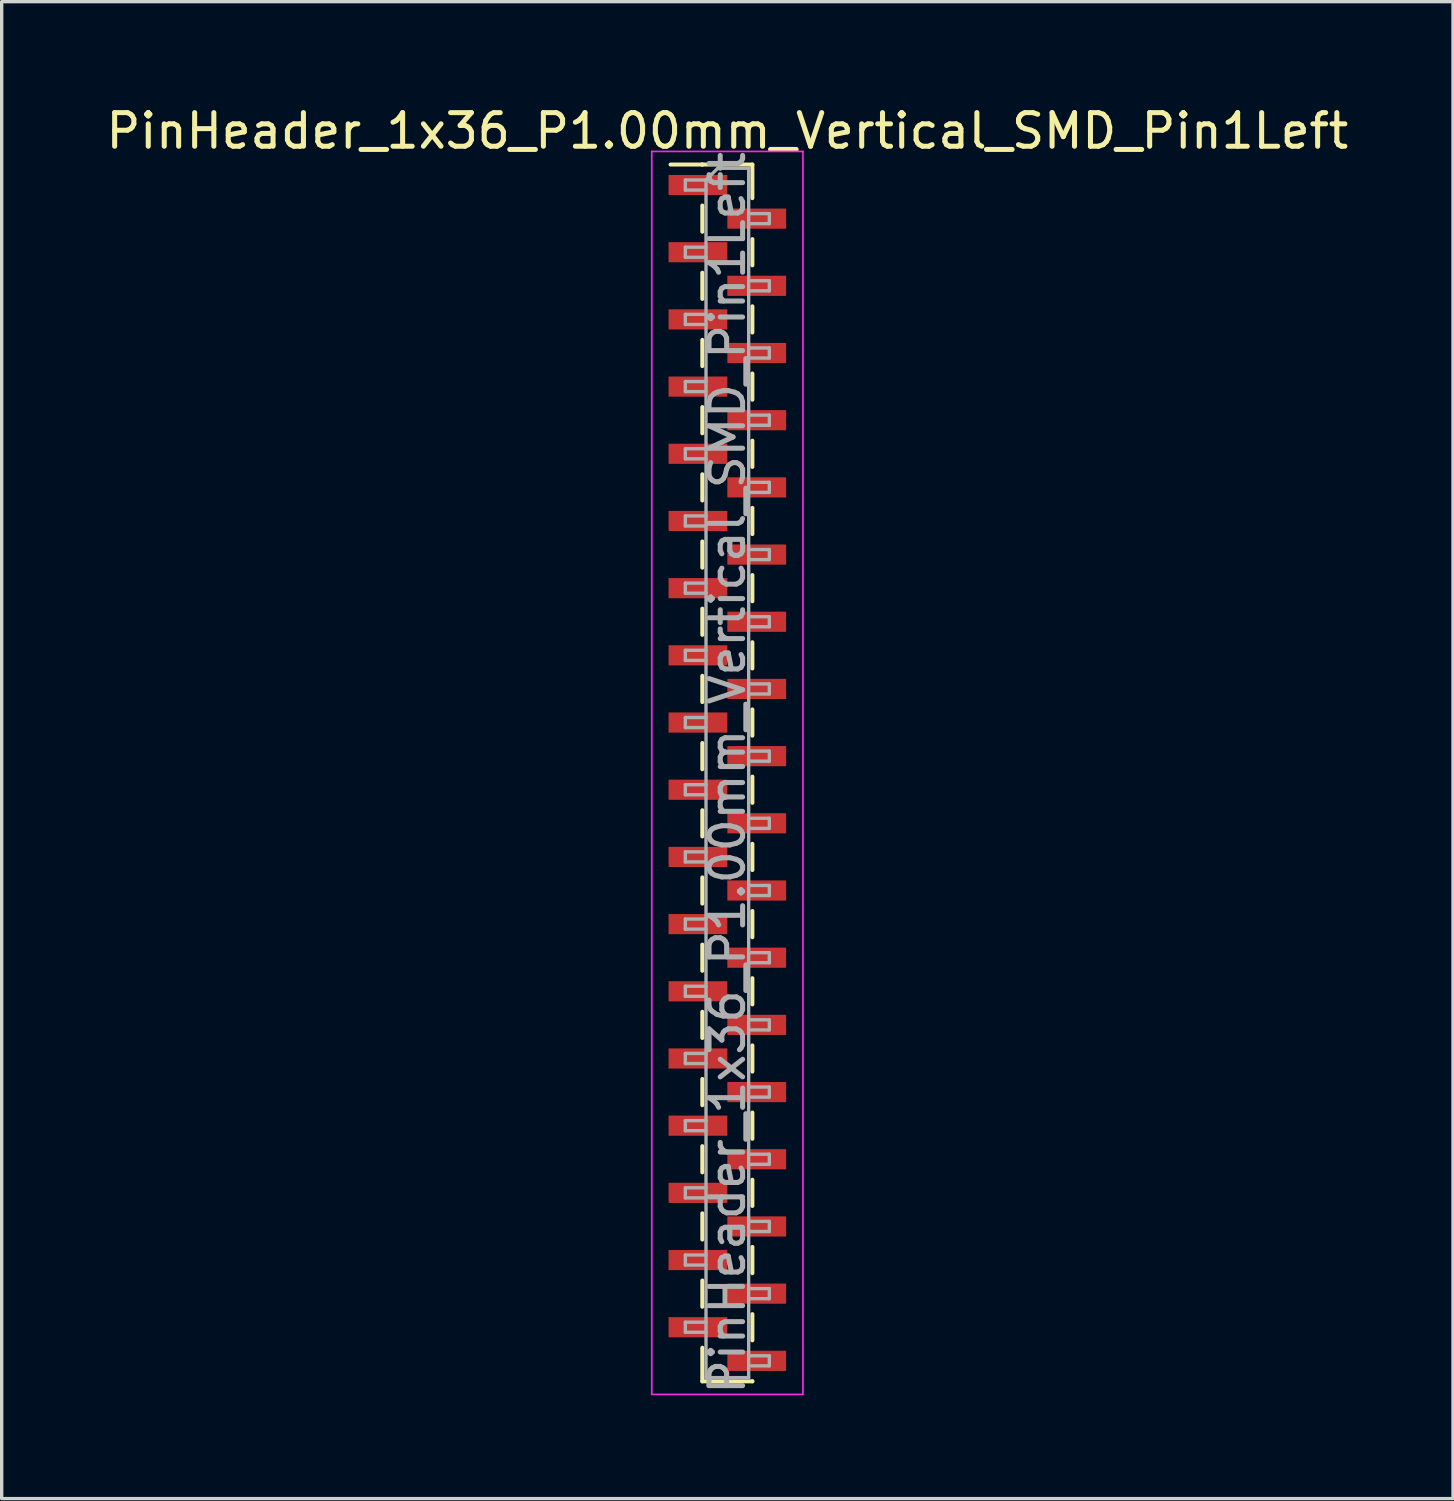
<source format=kicad_pcb>
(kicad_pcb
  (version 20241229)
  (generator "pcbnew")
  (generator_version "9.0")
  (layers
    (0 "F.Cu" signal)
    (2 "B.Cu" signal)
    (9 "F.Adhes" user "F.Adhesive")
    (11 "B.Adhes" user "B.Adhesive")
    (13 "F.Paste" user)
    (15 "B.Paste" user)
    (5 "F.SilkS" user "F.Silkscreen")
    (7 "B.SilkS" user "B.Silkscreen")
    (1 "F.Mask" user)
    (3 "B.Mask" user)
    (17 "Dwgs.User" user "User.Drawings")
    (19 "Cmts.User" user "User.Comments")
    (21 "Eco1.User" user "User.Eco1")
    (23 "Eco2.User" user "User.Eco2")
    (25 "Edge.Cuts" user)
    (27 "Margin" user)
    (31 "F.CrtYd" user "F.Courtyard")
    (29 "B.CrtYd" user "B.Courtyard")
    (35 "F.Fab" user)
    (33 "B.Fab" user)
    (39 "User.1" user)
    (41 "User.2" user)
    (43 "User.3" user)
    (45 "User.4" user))
  (footprint "PinHeader_1x36_P1.00mm_Vertical_SMD_Pin1Left"
    (layer "F.Cu")
    (at 18.601 19.958)
    (property "Reference" "PinHeader_1x36_P1.00mm_Vertical_SMD_Pin1Left" (at 0 -19.11 0) (layer "F.SilkS") (effects (font (size 1 1) (thickness 0.15))))
    (attr smd)
    (fp_line (start -0.745 -18.11) (end -1.69 -18.11) (stroke (width 0.12) (type solid)) (layer "F.SilkS"))
    (fp_line (start -0.745 -18.11) (end -0.745 -18.11) (stroke (width 0.12) (type solid)) (layer "F.SilkS"))
    (fp_line (start -0.745 -18.11) (end 0.745 -18.11) (stroke (width 0.12) (type solid)) (layer "F.SilkS"))
    (fp_line (start -0.745 -16.89) (end -0.745 -16.11) (stroke (width 0.12) (type solid)) (layer "F.SilkS"))
    (fp_line (start -0.745 -14.89) (end -0.745 -14.11) (stroke (width 0.12) (type solid)) (layer "F.SilkS"))
    (fp_line (start -0.745 -12.89) (end -0.745 -12.11) (stroke (width 0.12) (type solid)) (layer "F.SilkS"))
    (fp_line (start -0.745 -10.89) (end -0.745 -10.11) (stroke (width 0.12) (type solid)) (layer "F.SilkS"))
    (fp_line (start -0.745 -8.89) (end -0.745 -8.11) (stroke (width 0.12) (type solid)) (layer "F.SilkS"))
    (fp_line (start -0.745 -6.89) (end -0.745 -6.11) (stroke (width 0.12) (type solid)) (layer "F.SilkS"))
    (fp_line (start -0.745 -4.89) (end -0.745 -4.11) (stroke (width 0.12) (type solid)) (layer "F.SilkS"))
    (fp_line (start -0.745 -2.89) (end -0.745 -2.11) (stroke (width 0.12) (type solid)) (layer "F.SilkS"))
    (fp_line (start -0.745 -0.89) (end -0.745 -0.11) (stroke (width 0.12) (type solid)) (layer "F.SilkS"))
    (fp_line (start -0.745 1.11) (end -0.745 1.89) (stroke (width 0.12) (type solid)) (layer "F.SilkS"))
    (fp_line (start -0.745 3.11) (end -0.745 3.89) (stroke (width 0.12) (type solid)) (layer "F.SilkS"))
    (fp_line (start -0.745 5.11) (end -0.745 5.89) (stroke (width 0.12) (type solid)) (layer "F.SilkS"))
    (fp_line (start -0.745 7.11) (end -0.745 7.89) (stroke (width 0.12) (type solid)) (layer "F.SilkS"))
    (fp_line (start -0.745 9.11) (end -0.745 9.89) (stroke (width 0.12) (type solid)) (layer "F.SilkS"))
    (fp_line (start -0.745 11.11) (end -0.745 11.89) (stroke (width 0.12) (type solid)) (layer "F.SilkS"))
    (fp_line (start -0.745 13.11) (end -0.745 13.89) (stroke (width 0.12) (type solid)) (layer "F.SilkS"))
    (fp_line (start -0.745 15.11) (end -0.745 15.89) (stroke (width 0.12) (type solid)) (layer "F.SilkS"))
    (fp_line (start -0.745 17.11) (end -0.745 18.11) (stroke (width 0.12) (type solid)) (layer "F.SilkS"))
    (fp_line (start -0.745 18.11) (end 0.745 18.11) (stroke (width 0.12) (type solid)) (layer "F.SilkS"))
    (fp_line (start 0.745 -18.11) (end 0.745 -17.11) (stroke (width 0.12) (type solid)) (layer "F.SilkS"))
    (fp_line (start 0.745 -15.89) (end 0.745 -15.11) (stroke (width 0.12) (type solid)) (layer "F.SilkS"))
    (fp_line (start 0.745 -13.89) (end 0.745 -13.11) (stroke (width 0.12) (type solid)) (layer "F.SilkS"))
    (fp_line (start 0.745 -11.89) (end 0.745 -11.11) (stroke (width 0.12) (type solid)) (layer "F.SilkS"))
    (fp_line (start 0.745 -9.89) (end 0.745 -9.11) (stroke (width 0.12) (type solid)) (layer "F.SilkS"))
    (fp_line (start 0.745 -7.89) (end 0.745 -7.11) (stroke (width 0.12) (type solid)) (layer "F.SilkS"))
    (fp_line (start 0.745 -5.89) (end 0.745 -5.11) (stroke (width 0.12) (type solid)) (layer "F.SilkS"))
    (fp_line (start 0.745 -3.89) (end 0.745 -3.11) (stroke (width 0.12) (type solid)) (layer "F.SilkS"))
    (fp_line (start 0.745 -1.89) (end 0.745 -1.11) (stroke (width 0.12) (type solid)) (layer "F.SilkS"))
    (fp_line (start 0.745 0.11) (end 0.745 0.89) (stroke (width 0.12) (type solid)) (layer "F.SilkS"))
    (fp_line (start 0.745 2.11) (end 0.745 2.89) (stroke (width 0.12) (type solid)) (layer "F.SilkS"))
    (fp_line (start 0.745 4.11) (end 0.745 4.89) (stroke (width 0.12) (type solid)) (layer "F.SilkS"))
    (fp_line (start 0.745 6.11) (end 0.745 6.89) (stroke (width 0.12) (type solid)) (layer "F.SilkS"))
    (fp_line (start 0.745 8.11) (end 0.745 8.89) (stroke (width 0.12) (type solid)) (layer "F.SilkS"))
    (fp_line (start 0.745 10.11) (end 0.745 10.89) (stroke (width 0.12) (type solid)) (layer "F.SilkS"))
    (fp_line (start 0.745 12.11) (end 0.745 12.89) (stroke (width 0.12) (type solid)) (layer "F.SilkS"))
    (fp_line (start 0.745 14.11) (end 0.745 14.89) (stroke (width 0.12) (type solid)) (layer "F.SilkS"))
    (fp_line (start 0.745 16.11) (end 0.745 16.89) (stroke (width 0.12) (type solid)) (layer "F.SilkS"))
    (fp_line (start 0.745 18.11) (end 0.745 18.11) (stroke (width 0.12) (type solid)) (layer "F.SilkS"))
    (fp_line (start -2.25 -18.5) (end -2.25 18.5) (stroke (width 0.05) (type solid)) (layer "F.CrtYd"))
    (fp_line (start -2.25 18.5) (end 2.25 18.5) (stroke (width 0.05) (type solid)) (layer "F.CrtYd"))
    (fp_line (start 2.25 -18.5) (end -2.25 -18.5) (stroke (width 0.05) (type solid)) (layer "F.CrtYd"))
    (fp_line (start 2.25 18.5) (end 2.25 -18.5) (stroke (width 0.05) (type solid)) (layer "F.CrtYd"))
    (fp_line (start -1.25 -17.65) (end -1.25 -17.35) (stroke (width 0.1) (type solid)) (layer "F.Fab"))
    (fp_line (start -1.25 -17.35) (end -0.635 -17.35) (stroke (width 0.1) (type solid)) (layer "F.Fab"))
    (fp_line (start -1.25 -15.65) (end -1.25 -15.35) (stroke (width 0.1) (type solid)) (layer "F.Fab"))
    (fp_line (start -1.25 -15.35) (end -0.635 -15.35) (stroke (width 0.1) (type solid)) (layer "F.Fab"))
    (fp_line (start -1.25 -13.65) (end -1.25 -13.35) (stroke (width 0.1) (type solid)) (layer "F.Fab"))
    (fp_line (start -1.25 -13.35) (end -0.635 -13.35) (stroke (width 0.1) (type solid)) (layer "F.Fab"))
    (fp_line (start -1.25 -11.65) (end -1.25 -11.35) (stroke (width 0.1) (type solid)) (layer "F.Fab"))
    (fp_line (start -1.25 -11.35) (end -0.635 -11.35) (stroke (width 0.1) (type solid)) (layer "F.Fab"))
    (fp_line (start -1.25 -9.65) (end -1.25 -9.35) (stroke (width 0.1) (type solid)) (layer "F.Fab"))
    (fp_line (start -1.25 -9.35) (end -0.635 -9.35) (stroke (width 0.1) (type solid)) (layer "F.Fab"))
    (fp_line (start -1.25 -7.65) (end -1.25 -7.35) (stroke (width 0.1) (type solid)) (layer "F.Fab"))
    (fp_line (start -1.25 -7.35) (end -0.635 -7.35) (stroke (width 0.1) (type solid)) (layer "F.Fab"))
    (fp_line (start -1.25 -5.65) (end -1.25 -5.35) (stroke (width 0.1) (type solid)) (layer "F.Fab"))
    (fp_line (start -1.25 -5.35) (end -0.635 -5.35) (stroke (width 0.1) (type solid)) (layer "F.Fab"))
    (fp_line (start -1.25 -3.65) (end -1.25 -3.35) (stroke (width 0.1) (type solid)) (layer "F.Fab"))
    (fp_line (start -1.25 -3.35) (end -0.635 -3.35) (stroke (width 0.1) (type solid)) (layer "F.Fab"))
    (fp_line (start -1.25 -1.65) (end -1.25 -1.35) (stroke (width 0.1) (type solid)) (layer "F.Fab"))
    (fp_line (start -1.25 -1.35) (end -0.635 -1.35) (stroke (width 0.1) (type solid)) (layer "F.Fab"))
    (fp_line (start -1.25 0.35) (end -1.25 0.65) (stroke (width 0.1) (type solid)) (layer "F.Fab"))
    (fp_line (start -1.25 0.65) (end -0.635 0.65) (stroke (width 0.1) (type solid)) (layer "F.Fab"))
    (fp_line (start -1.25 2.35) (end -1.25 2.65) (stroke (width 0.1) (type solid)) (layer "F.Fab"))
    (fp_line (start -1.25 2.65) (end -0.635 2.65) (stroke (width 0.1) (type solid)) (layer "F.Fab"))
    (fp_line (start -1.25 4.35) (end -1.25 4.65) (stroke (width 0.1) (type solid)) (layer "F.Fab"))
    (fp_line (start -1.25 4.65) (end -0.635 4.65) (stroke (width 0.1) (type solid)) (layer "F.Fab"))
    (fp_line (start -1.25 6.35) (end -1.25 6.65) (stroke (width 0.1) (type solid)) (layer "F.Fab"))
    (fp_line (start -1.25 6.65) (end -0.635 6.65) (stroke (width 0.1) (type solid)) (layer "F.Fab"))
    (fp_line (start -1.25 8.35) (end -1.25 8.65) (stroke (width 0.1) (type solid)) (layer "F.Fab"))
    (fp_line (start -1.25 8.65) (end -0.635 8.65) (stroke (width 0.1) (type solid)) (layer "F.Fab"))
    (fp_line (start -1.25 10.35) (end -1.25 10.65) (stroke (width 0.1) (type solid)) (layer "F.Fab"))
    (fp_line (start -1.25 10.65) (end -0.635 10.65) (stroke (width 0.1) (type solid)) (layer "F.Fab"))
    (fp_line (start -1.25 12.35) (end -1.25 12.65) (stroke (width 0.1) (type solid)) (layer "F.Fab"))
    (fp_line (start -1.25 12.65) (end -0.635 12.65) (stroke (width 0.1) (type solid)) (layer "F.Fab"))
    (fp_line (start -1.25 14.35) (end -1.25 14.65) (stroke (width 0.1) (type solid)) (layer "F.Fab"))
    (fp_line (start -1.25 14.65) (end -0.635 14.65) (stroke (width 0.1) (type solid)) (layer "F.Fab"))
    (fp_line (start -1.25 16.35) (end -1.25 16.65) (stroke (width 0.1) (type solid)) (layer "F.Fab"))
    (fp_line (start -1.25 16.65) (end -0.635 16.65) (stroke (width 0.1) (type solid)) (layer "F.Fab"))
    (fp_line (start -0.635 -17.65) (end -1.25 -17.65) (stroke (width 0.1) (type solid)) (layer "F.Fab"))
    (fp_line (start -0.635 -17.65) (end -0.285 -18) (stroke (width 0.1) (type solid)) (layer "F.Fab"))
    (fp_line (start -0.635 -15.65) (end -1.25 -15.65) (stroke (width 0.1) (type solid)) (layer "F.Fab"))
    (fp_line (start -0.635 -13.65) (end -1.25 -13.65) (stroke (width 0.1) (type solid)) (layer "F.Fab"))
    (fp_line (start -0.635 -11.65) (end -1.25 -11.65) (stroke (width 0.1) (type solid)) (layer "F.Fab"))
    (fp_line (start -0.635 -9.65) (end -1.25 -9.65) (stroke (width 0.1) (type solid)) (layer "F.Fab"))
    (fp_line (start -0.635 -7.65) (end -1.25 -7.65) (stroke (width 0.1) (type solid)) (layer "F.Fab"))
    (fp_line (start -0.635 -5.65) (end -1.25 -5.65) (stroke (width 0.1) (type solid)) (layer "F.Fab"))
    (fp_line (start -0.635 -3.65) (end -1.25 -3.65) (stroke (width 0.1) (type solid)) (layer "F.Fab"))
    (fp_line (start -0.635 -1.65) (end -1.25 -1.65) (stroke (width 0.1) (type solid)) (layer "F.Fab"))
    (fp_line (start -0.635 0.35) (end -1.25 0.35) (stroke (width 0.1) (type solid)) (layer "F.Fab"))
    (fp_line (start -0.635 2.35) (end -1.25 2.35) (stroke (width 0.1) (type solid)) (layer "F.Fab"))
    (fp_line (start -0.635 4.35) (end -1.25 4.35) (stroke (width 0.1) (type solid)) (layer "F.Fab"))
    (fp_line (start -0.635 6.35) (end -1.25 6.35) (stroke (width 0.1) (type solid)) (layer "F.Fab"))
    (fp_line (start -0.635 8.35) (end -1.25 8.35) (stroke (width 0.1) (type solid)) (layer "F.Fab"))
    (fp_line (start -0.635 10.35) (end -1.25 10.35) (stroke (width 0.1) (type solid)) (layer "F.Fab"))
    (fp_line (start -0.635 12.35) (end -1.25 12.35) (stroke (width 0.1) (type solid)) (layer "F.Fab"))
    (fp_line (start -0.635 14.35) (end -1.25 14.35) (stroke (width 0.1) (type solid)) (layer "F.Fab"))
    (fp_line (start -0.635 16.35) (end -1.25 16.35) (stroke (width 0.1) (type solid)) (layer "F.Fab"))
    (fp_line (start -0.635 18) (end -0.635 -17.65) (stroke (width 0.1) (type solid)) (layer "F.Fab"))
    (fp_line (start -0.285 -18) (end 0.635 -18) (stroke (width 0.1) (type solid)) (layer "F.Fab"))
    (fp_line (start 0.635 -18) (end 0.635 18) (stroke (width 0.1) (type solid)) (layer "F.Fab"))
    (fp_line (start 0.635 -16.65) (end 1.25 -16.65) (stroke (width 0.1) (type solid)) (layer "F.Fab"))
    (fp_line (start 0.635 -14.65) (end 1.25 -14.65) (stroke (width 0.1) (type solid)) (layer "F.Fab"))
    (fp_line (start 0.635 -12.65) (end 1.25 -12.65) (stroke (width 0.1) (type solid)) (layer "F.Fab"))
    (fp_line (start 0.635 -10.65) (end 1.25 -10.65) (stroke (width 0.1) (type solid)) (layer "F.Fab"))
    (fp_line (start 0.635 -8.65) (end 1.25 -8.65) (stroke (width 0.1) (type solid)) (layer "F.Fab"))
    (fp_line (start 0.635 -6.65) (end 1.25 -6.65) (stroke (width 0.1) (type solid)) (layer "F.Fab"))
    (fp_line (start 0.635 -4.65) (end 1.25 -4.65) (stroke (width 0.1) (type solid)) (layer "F.Fab"))
    (fp_line (start 0.635 -2.65) (end 1.25 -2.65) (stroke (width 0.1) (type solid)) (layer "F.Fab"))
    (fp_line (start 0.635 -0.65) (end 1.25 -0.65) (stroke (width 0.1) (type solid)) (layer "F.Fab"))
    (fp_line (start 0.635 1.35) (end 1.25 1.35) (stroke (width 0.1) (type solid)) (layer "F.Fab"))
    (fp_line (start 0.635 3.35) (end 1.25 3.35) (stroke (width 0.1) (type solid)) (layer "F.Fab"))
    (fp_line (start 0.635 5.35) (end 1.25 5.35) (stroke (width 0.1) (type solid)) (layer "F.Fab"))
    (fp_line (start 0.635 7.35) (end 1.25 7.35) (stroke (width 0.1) (type solid)) (layer "F.Fab"))
    (fp_line (start 0.635 9.35) (end 1.25 9.35) (stroke (width 0.1) (type solid)) (layer "F.Fab"))
    (fp_line (start 0.635 11.35) (end 1.25 11.35) (stroke (width 0.1) (type solid)) (layer "F.Fab"))
    (fp_line (start 0.635 13.35) (end 1.25 13.35) (stroke (width 0.1) (type solid)) (layer "F.Fab"))
    (fp_line (start 0.635 15.35) (end 1.25 15.35) (stroke (width 0.1) (type solid)) (layer "F.Fab"))
    (fp_line (start 0.635 17.35) (end 1.25 17.35) (stroke (width 0.1) (type solid)) (layer "F.Fab"))
    (fp_line (start 0.635 18) (end -0.635 18) (stroke (width 0.1) (type solid)) (layer "F.Fab"))
    (fp_line (start 1.25 -16.65) (end 1.25 -16.35) (stroke (width 0.1) (type solid)) (layer "F.Fab"))
    (fp_line (start 1.25 -16.35) (end 0.635 -16.35) (stroke (width 0.1) (type solid)) (layer "F.Fab"))
    (fp_line (start 1.25 -14.65) (end 1.25 -14.35) (stroke (width 0.1) (type solid)) (layer "F.Fab"))
    (fp_line (start 1.25 -14.35) (end 0.635 -14.35) (stroke (width 0.1) (type solid)) (layer "F.Fab"))
    (fp_line (start 1.25 -12.65) (end 1.25 -12.35) (stroke (width 0.1) (type solid)) (layer "F.Fab"))
    (fp_line (start 1.25 -12.35) (end 0.635 -12.35) (stroke (width 0.1) (type solid)) (layer "F.Fab"))
    (fp_line (start 1.25 -10.65) (end 1.25 -10.35) (stroke (width 0.1) (type solid)) (layer "F.Fab"))
    (fp_line (start 1.25 -10.35) (end 0.635 -10.35) (stroke (width 0.1) (type solid)) (layer "F.Fab"))
    (fp_line (start 1.25 -8.65) (end 1.25 -8.35) (stroke (width 0.1) (type solid)) (layer "F.Fab"))
    (fp_line (start 1.25 -8.35) (end 0.635 -8.35) (stroke (width 0.1) (type solid)) (layer "F.Fab"))
    (fp_line (start 1.25 -6.65) (end 1.25 -6.35) (stroke (width 0.1) (type solid)) (layer "F.Fab"))
    (fp_line (start 1.25 -6.35) (end 0.635 -6.35) (stroke (width 0.1) (type solid)) (layer "F.Fab"))
    (fp_line (start 1.25 -4.65) (end 1.25 -4.35) (stroke (width 0.1) (type solid)) (layer "F.Fab"))
    (fp_line (start 1.25 -4.35) (end 0.635 -4.35) (stroke (width 0.1) (type solid)) (layer "F.Fab"))
    (fp_line (start 1.25 -2.65) (end 1.25 -2.35) (stroke (width 0.1) (type solid)) (layer "F.Fab"))
    (fp_line (start 1.25 -2.35) (end 0.635 -2.35) (stroke (width 0.1) (type solid)) (layer "F.Fab"))
    (fp_line (start 1.25 -0.65) (end 1.25 -0.35) (stroke (width 0.1) (type solid)) (layer "F.Fab"))
    (fp_line (start 1.25 -0.35) (end 0.635 -0.35) (stroke (width 0.1) (type solid)) (layer "F.Fab"))
    (fp_line (start 1.25 1.35) (end 1.25 1.65) (stroke (width 0.1) (type solid)) (layer "F.Fab"))
    (fp_line (start 1.25 1.65) (end 0.635 1.65) (stroke (width 0.1) (type solid)) (layer "F.Fab"))
    (fp_line (start 1.25 3.35) (end 1.25 3.65) (stroke (width 0.1) (type solid)) (layer "F.Fab"))
    (fp_line (start 1.25 3.65) (end 0.635 3.65) (stroke (width 0.1) (type solid)) (layer "F.Fab"))
    (fp_line (start 1.25 5.35) (end 1.25 5.65) (stroke (width 0.1) (type solid)) (layer "F.Fab"))
    (fp_line (start 1.25 5.65) (end 0.635 5.65) (stroke (width 0.1) (type solid)) (layer "F.Fab"))
    (fp_line (start 1.25 7.35) (end 1.25 7.65) (stroke (width 0.1) (type solid)) (layer "F.Fab"))
    (fp_line (start 1.25 7.65) (end 0.635 7.65) (stroke (width 0.1) (type solid)) (layer "F.Fab"))
    (fp_line (start 1.25 9.35) (end 1.25 9.65) (stroke (width 0.1) (type solid)) (layer "F.Fab"))
    (fp_line (start 1.25 9.65) (end 0.635 9.65) (stroke (width 0.1) (type solid)) (layer "F.Fab"))
    (fp_line (start 1.25 11.35) (end 1.25 11.65) (stroke (width 0.1) (type solid)) (layer "F.Fab"))
    (fp_line (start 1.25 11.65) (end 0.635 11.65) (stroke (width 0.1) (type solid)) (layer "F.Fab"))
    (fp_line (start 1.25 13.35) (end 1.25 13.65) (stroke (width 0.1) (type solid)) (layer "F.Fab"))
    (fp_line (start 1.25 13.65) (end 0.635 13.65) (stroke (width 0.1) (type solid)) (layer "F.Fab"))
    (fp_line (start 1.25 15.35) (end 1.25 15.65) (stroke (width 0.1) (type solid)) (layer "F.Fab"))
    (fp_line (start 1.25 15.65) (end 0.635 15.65) (stroke (width 0.1) (type solid)) (layer "F.Fab"))
    (fp_line (start 1.25 17.35) (end 1.25 17.65) (stroke (width 0.1) (type solid)) (layer "F.Fab"))
    (fp_line (start 1.25 17.65) (end 0.635 17.65) (stroke (width 0.1) (type solid)) (layer "F.Fab"))
    (fp_text user "${REFERENCE}" (at 0 0 90) (layer "F.Fab") (effects (font (size 1 1) (thickness 0.15))))
    (pad "1" smd rect (at -0.875 -17.5) (size 1.75 0.6) (layers "F.Cu" "F.Mask" "F.Paste"))
    (pad "2" smd rect (at 0.875 -16.5) (size 1.75 0.6) (layers "F.Cu" "F.Mask" "F.Paste"))
    (pad "3" smd rect (at -0.875 -15.5) (size 1.75 0.6) (layers "F.Cu" "F.Mask" "F.Paste"))
    (pad "4" smd rect (at 0.875 -14.5) (size 1.75 0.6) (layers "F.Cu" "F.Mask" "F.Paste"))
    (pad "5" smd rect (at -0.875 -13.5) (size 1.75 0.6) (layers "F.Cu" "F.Mask" "F.Paste"))
    (pad "6" smd rect (at 0.875 -12.5) (size 1.75 0.6) (layers "F.Cu" "F.Mask" "F.Paste"))
    (pad "7" smd rect (at -0.875 -11.5) (size 1.75 0.6) (layers "F.Cu" "F.Mask" "F.Paste"))
    (pad "8" smd rect (at 0.875 -10.5) (size 1.75 0.6) (layers "F.Cu" "F.Mask" "F.Paste"))
    (pad "9" smd rect (at -0.875 -9.5) (size 1.75 0.6) (layers "F.Cu" "F.Mask" "F.Paste"))
    (pad "10" smd rect (at 0.875 -8.5) (size 1.75 0.6) (layers "F.Cu" "F.Mask" "F.Paste"))
    (pad "11" smd rect (at -0.875 -7.5) (size 1.75 0.6) (layers "F.Cu" "F.Mask" "F.Paste"))
    (pad "12" smd rect (at 0.875 -6.5) (size 1.75 0.6) (layers "F.Cu" "F.Mask" "F.Paste"))
    (pad "13" smd rect (at -0.875 -5.5) (size 1.75 0.6) (layers "F.Cu" "F.Mask" "F.Paste"))
    (pad "14" smd rect (at 0.875 -4.5) (size 1.75 0.6) (layers "F.Cu" "F.Mask" "F.Paste"))
    (pad "15" smd rect (at -0.875 -3.5) (size 1.75 0.6) (layers "F.Cu" "F.Mask" "F.Paste"))
    (pad "16" smd rect (at 0.875 -2.5) (size 1.75 0.6) (layers "F.Cu" "F.Mask" "F.Paste"))
    (pad "17" smd rect (at -0.875 -1.5) (size 1.75 0.6) (layers "F.Cu" "F.Mask" "F.Paste"))
    (pad "18" smd rect (at 0.875 -0.5) (size 1.75 0.6) (layers "F.Cu" "F.Mask" "F.Paste"))
    (pad "19" smd rect (at -0.875 0.5) (size 1.75 0.6) (layers "F.Cu" "F.Mask" "F.Paste"))
    (pad "20" smd rect (at 0.875 1.5) (size 1.75 0.6) (layers "F.Cu" "F.Mask" "F.Paste"))
    (pad "21" smd rect (at -0.875 2.5) (size 1.75 0.6) (layers "F.Cu" "F.Mask" "F.Paste"))
    (pad "22" smd rect (at 0.875 3.5) (size 1.75 0.6) (layers "F.Cu" "F.Mask" "F.Paste"))
    (pad "23" smd rect (at -0.875 4.5) (size 1.75 0.6) (layers "F.Cu" "F.Mask" "F.Paste"))
    (pad "24" smd rect (at 0.875 5.5) (size 1.75 0.6) (layers "F.Cu" "F.Mask" "F.Paste"))
    (pad "25" smd rect (at -0.875 6.5) (size 1.75 0.6) (layers "F.Cu" "F.Mask" "F.Paste"))
    (pad "26" smd rect (at 0.875 7.5) (size 1.75 0.6) (layers "F.Cu" "F.Mask" "F.Paste"))
    (pad "27" smd rect (at -0.875 8.5) (size 1.75 0.6) (layers "F.Cu" "F.Mask" "F.Paste"))
    (pad "28" smd rect (at 0.875 9.5) (size 1.75 0.6) (layers "F.Cu" "F.Mask" "F.Paste"))
    (pad "29" smd rect (at -0.875 10.5) (size 1.75 0.6) (layers "F.Cu" "F.Mask" "F.Paste"))
    (pad "30" smd rect (at 0.875 11.5) (size 1.75 0.6) (layers "F.Cu" "F.Mask" "F.Paste"))
    (pad "31" smd rect (at -0.875 12.5) (size 1.75 0.6) (layers "F.Cu" "F.Mask" "F.Paste"))
    (pad "32" smd rect (at 0.875 13.5) (size 1.75 0.6) (layers "F.Cu" "F.Mask" "F.Paste"))
    (pad "33" smd rect (at -0.875 14.5) (size 1.75 0.6) (layers "F.Cu" "F.Mask" "F.Paste"))
    (pad "34" smd rect (at 0.875 15.5) (size 1.75 0.6) (layers "F.Cu" "F.Mask" "F.Paste"))
    (pad "35" smd rect (at -0.875 16.5) (size 1.75 0.6) (layers "F.Cu" "F.Mask" "F.Paste"))
    (pad "36" smd rect (at 0.875 17.5) (size 1.75 0.6) (layers "F.Cu" "F.Mask" "F.Paste")))
  (gr_rect
    (start -3 -3)
    (end 40.202 41.559)
    (stroke (width 0.1) (type default))
    (fill no)
    (layer "Edge.Cuts")))
</source>
